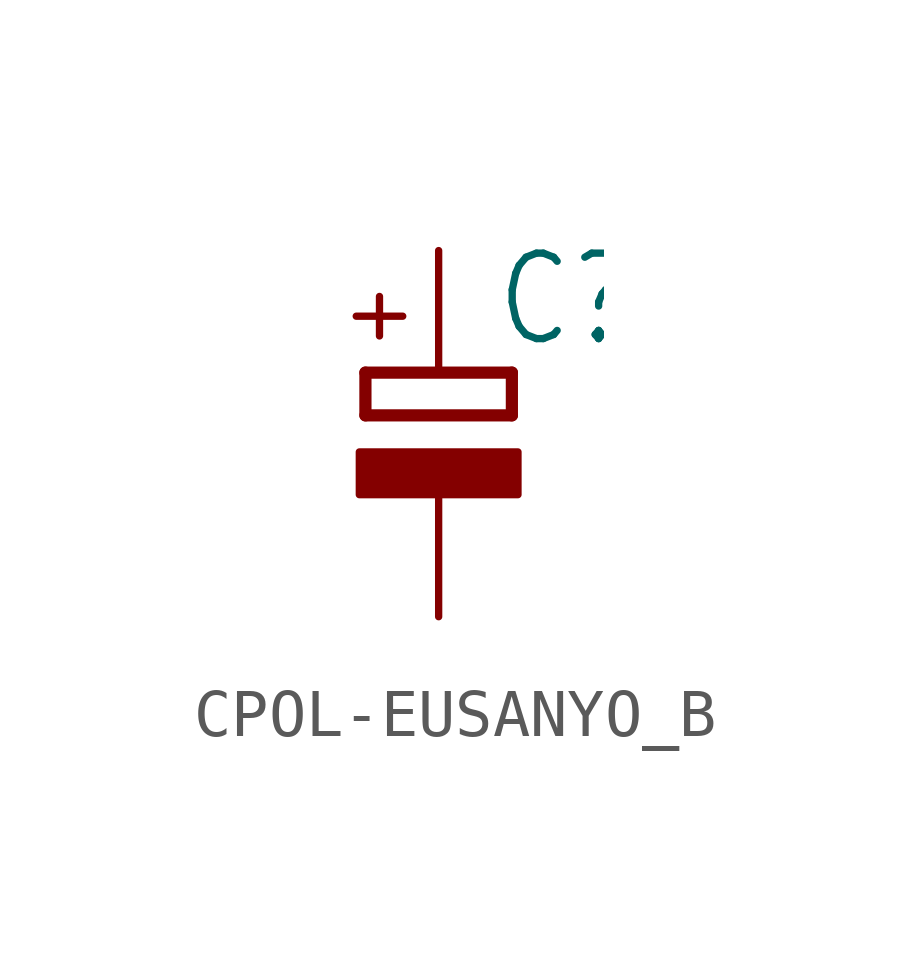
<source format=kicad_sym>
(kicad_symbol_lib
  (version 20231120)
  (generator "kicad_symbol_editor")
  (generator_version "8.0")
  (symbol "CPOL-EUSANYO_B"
    (property "Reference" "C"
      (at 1.143 0.483 0)
      (effects (font (size 1.778 1.511)) (justify left bottom)))
    (property "Value" ""
      (at 1.143 -4.597 0)
      (effects (font (size 1.778 1.511)) (justify left bottom)))
    (property "ki_locked" ""
      (at 0 0 0)
      (effects (font (size 1.27 1.27))))
    (symbol "CPOL-EUSANYO_B_1_0"
      (rectangle (start -1.651 -2.54) (end 1.651 -1.651) (stroke (width 0) (type default)) (fill (type outline)))
      (polyline (pts (xy -1.524 -0.889) (xy 1.524 -0.889)) (stroke (width 0.254) (type solid)) (fill (type none)))
      (polyline (pts (xy -1.524 0) (xy -1.524 -0.889)) (stroke (width 0.254) (type solid)) (fill (type none)))
      (polyline (pts (xy -1.524 0) (xy 1.524 0)) (stroke (width 0.254) (type solid)) (fill (type none)))
      (polyline (pts (xy 1.524 -0.889) (xy 1.524 0)) (stroke (width 0.254) (type solid)) (fill (type none)))
      (text "+" (at -0.584 0.406 900) (effects (font (size 1.27 1.079)) (justify left bottom)))
      (pin passive line (at 0 2.54 270) (length 2.54) (name "+" (effects (font (size 0 0)))) (number "+" (effects (font (size 0 0)))))
      (pin passive line (at 0 -5.08 90) (length 2.54) (name "-" (effects (font (size 0 0)))) (number "-" (effects (font (size 0 0))))))))
</source>
